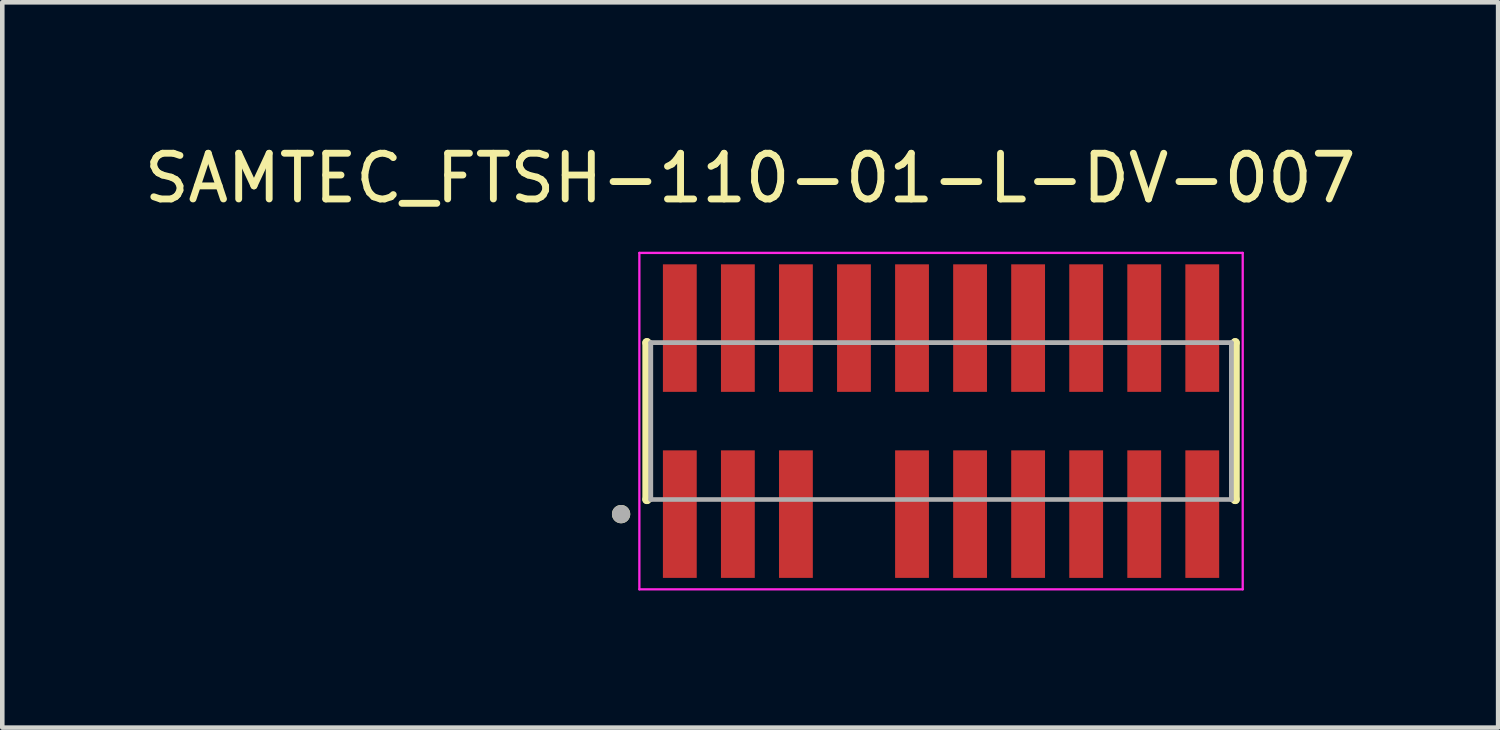
<source format=kicad_pcb>
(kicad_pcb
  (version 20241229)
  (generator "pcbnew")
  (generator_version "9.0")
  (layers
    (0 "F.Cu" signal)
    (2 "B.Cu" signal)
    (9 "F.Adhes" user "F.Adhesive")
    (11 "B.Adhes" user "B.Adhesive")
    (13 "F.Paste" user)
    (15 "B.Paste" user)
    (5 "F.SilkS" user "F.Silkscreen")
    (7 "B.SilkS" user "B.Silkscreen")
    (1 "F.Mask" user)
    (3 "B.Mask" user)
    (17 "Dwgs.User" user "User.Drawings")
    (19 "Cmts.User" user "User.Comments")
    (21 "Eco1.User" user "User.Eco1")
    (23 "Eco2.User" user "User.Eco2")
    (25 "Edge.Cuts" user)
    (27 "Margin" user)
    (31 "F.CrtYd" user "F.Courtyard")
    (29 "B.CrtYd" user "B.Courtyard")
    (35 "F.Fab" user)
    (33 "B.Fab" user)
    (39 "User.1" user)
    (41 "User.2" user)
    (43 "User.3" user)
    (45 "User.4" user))
  (footprint "SAMTEC_FTSH-110-01-L-DV-007"
    (layer "F.Cu")
    (at 17.538 6.163)
    (property "Reference" "SAMTEC_FTSH-110-01-L-DV-007" (at -4.175 -5.315 0) (layer "F.SilkS") (effects (font (size 1 1) (thickness 0.15))))
    (attr through_hole)
    (fp_line (start -6.435 -1.715) (end -6.435 -1.715) (stroke (width 0.2) (type solid)) (layer "F.SilkS"))
    (fp_line (start -6.435 1.715) (end -6.435 -1.715) (stroke (width 0.2) (type solid)) (layer "F.SilkS"))
    (fp_line (start -6.435 1.715) (end -6.435 1.715) (stroke (width 0.2) (type solid)) (layer "F.SilkS"))
    (fp_line (start 6.435 -1.715) (end 6.435 -1.715) (stroke (width 0.2) (type solid)) (layer "F.SilkS"))
    (fp_line (start 6.435 -1.715) (end 6.435 1.715) (stroke (width 0.2) (type solid)) (layer "F.SilkS"))
    (fp_line (start 6.435 1.715) (end 6.435 1.715) (stroke (width 0.2) (type solid)) (layer "F.SilkS"))
    (fp_circle (center -7 2.035) (end -6.9 2.035) (stroke (width 0.2) (type solid)) (fill no) (layer "F.SilkS"))
    (fp_line (start -6.6 -3.68) (end 6.6 -3.68) (stroke (width 0.05) (type solid)) (layer "F.CrtYd"))
    (fp_line (start -6.6 3.68) (end -6.6 -3.68) (stroke (width 0.05) (type solid)) (layer "F.CrtYd"))
    (fp_line (start 6.6 -3.68) (end 6.6 3.68) (stroke (width 0.05) (type solid)) (layer "F.CrtYd"))
    (fp_line (start 6.6 3.68) (end -6.6 3.68) (stroke (width 0.05) (type solid)) (layer "F.CrtYd"))
    (fp_line (start -6.35 -1.715) (end 6.35 -1.715) (stroke (width 0.1) (type solid)) (layer "F.Fab"))
    (fp_line (start -6.35 -1.715) (end 6.35 -1.715) (stroke (width 0.1) (type solid)) (layer "F.Fab"))
    (fp_line (start -6.35 1.715) (end -6.35 -1.715) (stroke (width 0.1) (type solid)) (layer "F.Fab"))
    (fp_line (start -6.35 1.715) (end -6.35 -1.715) (stroke (width 0.1) (type solid)) (layer "F.Fab"))
    (fp_line (start 6.35 -1.715) (end 6.35 1.715) (stroke (width 0.1) (type solid)) (layer "F.Fab"))
    (fp_line (start 6.35 -1.715) (end 6.35 1.715) (stroke (width 0.1) (type solid)) (layer "F.Fab"))
    (fp_line (start 6.35 1.715) (end -6.35 1.715) (stroke (width 0.1) (type solid)) (layer "F.Fab"))
    (fp_circle (center -7 2.035) (end -6.9 2.035) (stroke (width 0.2) (type solid)) (fill no) (layer "F.Fab"))
    (pad "01" smd rect (at -5.715 2.035) (size 0.74 2.79) (layers "F.Cu" "F.Mask" "F.Paste"))
    (pad "02" smd rect (at -5.715 -2.035) (size 0.74 2.79) (layers "F.Cu" "F.Mask" "F.Paste"))
    (pad "03" smd rect (at -4.445 2.035) (size 0.74 2.79) (layers "F.Cu" "F.Mask" "F.Paste"))
    (pad "04" smd rect (at -4.445 -2.035) (size 0.74 2.79) (layers "F.Cu" "F.Mask" "F.Paste"))
    (pad "05" smd rect (at -3.175 2.035) (size 0.74 2.79) (layers "F.Cu" "F.Mask" "F.Paste"))
    (pad "06" smd rect (at -3.175 -2.035) (size 0.74 2.79) (layers "F.Cu" "F.Mask" "F.Paste"))
    (pad "08" smd rect (at -1.905 -2.035) (size 0.74 2.79) (layers "F.Cu" "F.Mask" "F.Paste"))
    (pad "09" smd rect (at -0.635 2.035) (size 0.74 2.79) (layers "F.Cu" "F.Mask" "F.Paste"))
    (pad "10" smd rect (at -0.635 -2.035) (size 0.74 2.79) (layers "F.Cu" "F.Mask" "F.Paste"))
    (pad "11" smd rect (at 0.635 2.035) (size 0.74 2.79) (layers "F.Cu" "F.Mask" "F.Paste"))
    (pad "12" smd rect (at 0.635 -2.035) (size 0.74 2.79) (layers "F.Cu" "F.Mask" "F.Paste"))
    (pad "13" smd rect (at 1.905 2.035) (size 0.74 2.79) (layers "F.Cu" "F.Mask" "F.Paste"))
    (pad "14" smd rect (at 1.905 -2.035) (size 0.74 2.79) (layers "F.Cu" "F.Mask" "F.Paste"))
    (pad "15" smd rect (at 3.175 2.035) (size 0.74 2.79) (layers "F.Cu" "F.Mask" "F.Paste"))
    (pad "16" smd rect (at 3.175 -2.035) (size 0.74 2.79) (layers "F.Cu" "F.Mask" "F.Paste"))
    (pad "17" smd rect (at 4.445 2.035) (size 0.74 2.79) (layers "F.Cu" "F.Mask" "F.Paste"))
    (pad "18" smd rect (at 4.445 -2.035) (size 0.74 2.79) (layers "F.Cu" "F.Mask" "F.Paste"))
    (pad "19" smd rect (at 5.715 2.035) (size 0.74 2.79) (layers "F.Cu" "F.Mask" "F.Paste"))
    (pad "20" smd rect (at 5.715 -2.035) (size 0.74 2.79) (layers "F.Cu" "F.Mask" "F.Paste")))
  (gr_rect
    (start -3 -3)
    (end 29.726 12.868)
    (stroke (width 0.1) (type default))
    (fill no)
    (layer "Edge.Cuts")))
</source>
